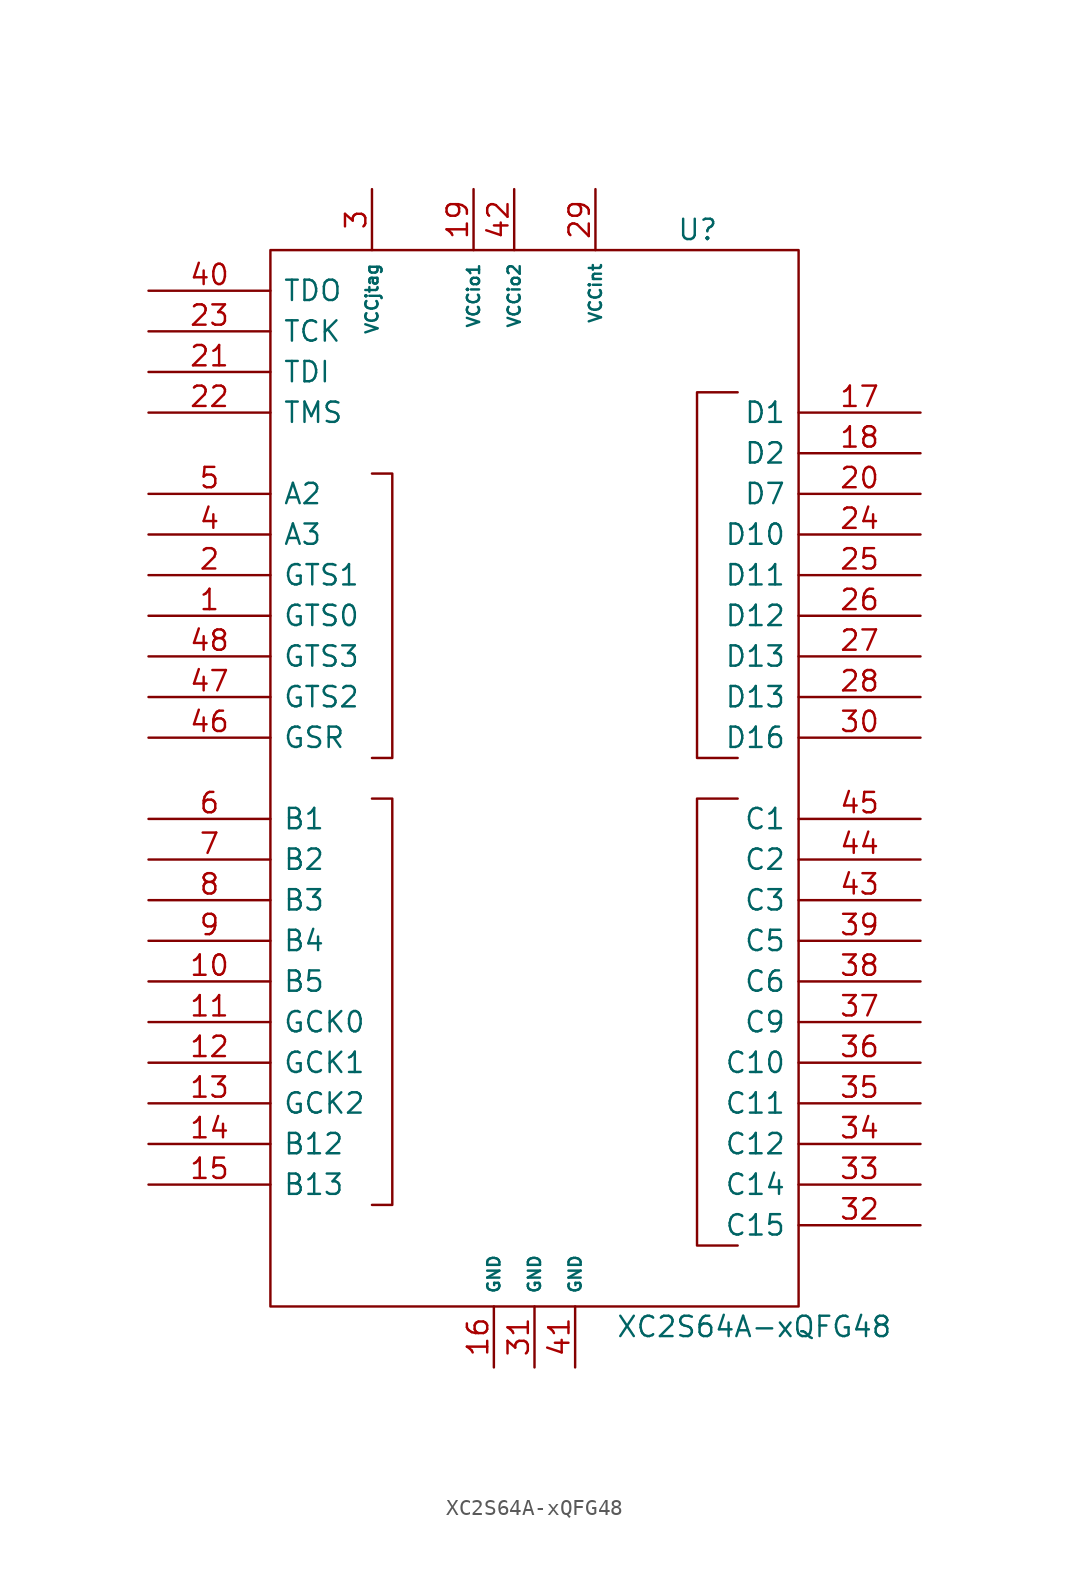
<source format=kicad_sym>
(kicad_symbol_lib
  (version 20211014)
  (generator kicad_symbol_editor)
  (symbol "XC2S64A-xQFG48"
    (pin_names
      (offset 0.762))
    (property "Reference" "U"
      (at 8.89 34.29 0)
      (effects (font (size 1.27 1.27)) (justify left)))
    (property "Value" "XC2S64A-xQFG48"
      (at 5.08 -34.29 0)
      (effects (font (size 1.27 1.27)) (justify left)))
    (symbol "XC2S64A-xQFG48_0_1"
      (rectangle (start -16.51 33.02) (end 16.51 -33.02) (stroke (width 0) (type default) (color 0 0 0 0)) (fill (type none)))
      (polyline (pts (xy -10.16 -1.27) (xy -8.89 -1.27) (xy -8.89 -26.67) (xy -10.16 -26.67) (xy -10.16 -26.67)) (stroke (width 0) (type default) (color 0 0 0 0)) (fill (type none)))
      (polyline (pts (xy 12.7 -1.27) (xy 10.16 -1.27) (xy 10.16 -29.21) (xy 12.7 -29.21) (xy 12.7 -29.21)) (stroke (width 0) (type default) (color 0 0 0 0)) (fill (type none)))
      (polyline (pts (xy 12.7 1.27) (xy 10.16 1.27) (xy 10.16 24.13) (xy 12.7 24.13) (xy 12.7 24.13)) (stroke (width 0) (type default) (color 0 0 0 0)) (fill (type none)))
      (polyline (pts (xy -10.16 19.05) (xy -8.89 19.05) (xy -8.89 1.27) (xy -10.16 1.27) (xy -10.16 1.27) (xy -10.16 1.27)) (stroke (width 0) (type default) (color 0 0 0 0)) (fill (type none))))
    (symbol "XC2S64A-xQFG48_1_1"
      (pin bidirectional line (at -24.13 10.16 0) (length 7.62) (name "GTS0" (effects (font (size 1.27 1.27)))) (number "1" (effects (font (size 1.27 1.27)))))
      (pin bidirectional line (at -24.13 -12.7 0) (length 7.62) (name "B5" (effects (font (size 1.27 1.27)))) (number "10" (effects (font (size 1.27 1.27)))))
      (pin passive line (at -24.13 -15.24 0) (length 7.62) (name "GCK0" (effects (font (size 1.27 1.27)))) (number "11" (effects (font (size 1.27 1.27)))))
      (pin bidirectional line (at -24.13 -17.78 0) (length 7.62) (name "GCK1" (effects (font (size 1.27 1.27)))) (number "12" (effects (font (size 1.27 1.27)))))
      (pin bidirectional line (at -24.13 -20.32 0) (length 7.62) (name "GCK2" (effects (font (size 1.27 1.27)))) (number "13" (effects (font (size 1.27 1.27)))))
      (pin bidirectional line (at -24.13 -22.86 0) (length 7.62) (name "B12" (effects (font (size 1.27 1.27)))) (number "14" (effects (font (size 1.27 1.27)))))
      (pin bidirectional line (at -24.13 -25.4 0) (length 7.62) (name "B13" (effects (font (size 1.27 1.27)))) (number "15" (effects (font (size 1.27 1.27)))))
      (pin power_in line (at -2.54 -36.83 90) (length 3.81) (name "GND" (effects (font (size 0.762 0.762)))) (number "16" (effects (font (size 1.27 1.27)))))
      (pin bidirectional line (at 24.13 22.86 180) (length 7.62) (name "D1" (effects (font (size 1.27 1.27)))) (number "17" (effects (font (size 1.27 1.27)))))
      (pin bidirectional line (at 24.13 20.32 180) (length 7.62) (name "D2" (effects (font (size 1.27 1.27)))) (number "18" (effects (font (size 1.27 1.27)))))
      (pin power_in line (at -3.81 36.83 270) (length 3.81) (name "VCCio1" (effects (font (size 0.762 0.762)))) (number "19" (effects (font (size 1.27 1.27)))))
      (pin bidirectional line (at -24.13 12.7 0) (length 7.62) (name "GTS1" (effects (font (size 1.27 1.27)))) (number "2" (effects (font (size 1.27 1.27)))))
      (pin bidirectional line (at 24.13 17.78 180) (length 7.62) (name "D7" (effects (font (size 1.27 1.27)))) (number "20" (effects (font (size 1.27 1.27)))))
      (pin input line (at -24.13 25.4 0) (length 7.62) (name "TDI" (effects (font (size 1.27 1.27)))) (number "21" (effects (font (size 1.27 1.27)))))
      (pin input line (at -24.13 22.86 0) (length 7.62) (name "TMS" (effects (font (size 1.27 1.27)))) (number "22" (effects (font (size 1.27 1.27)))))
      (pin input line (at -24.13 27.94 0) (length 7.62) (name "TCK" (effects (font (size 1.27 1.27)))) (number "23" (effects (font (size 1.27 1.27)))))
      (pin bidirectional line (at 24.13 15.24 180) (length 7.62) (name "D10" (effects (font (size 1.27 1.27)))) (number "24" (effects (font (size 1.27 1.27)))))
      (pin bidirectional line (at 24.13 12.7 180) (length 7.62) (name "D11" (effects (font (size 1.27 1.27)))) (number "25" (effects (font (size 1.27 1.27)))))
      (pin bidirectional line (at 24.13 10.16 180) (length 7.62) (name "D12" (effects (font (size 1.27 1.27)))) (number "26" (effects (font (size 1.27 1.27)))))
      (pin bidirectional line (at 24.13 7.62 180) (length 7.62) (name "D13" (effects (font (size 1.27 1.27)))) (number "27" (effects (font (size 1.27 1.27)))))
      (pin bidirectional line (at 24.13 5.08 180) (length 7.62) (name "D13" (effects (font (size 1.27 1.27)))) (number "28" (effects (font (size 1.27 1.27)))))
      (pin power_in line (at 3.81 36.83 270) (length 3.81) (name "VCCint" (effects (font (size 0.762 0.762)))) (number "29" (effects (font (size 1.27 1.27)))))
      (pin power_in line (at -10.16 36.83 270) (length 3.81) (name "VCCjtag" (effects (font (size 0.762 0.762)))) (number "3" (effects (font (size 1.27 1.27)))))
      (pin bidirectional line (at 24.13 2.54 180) (length 7.62) (name "D16" (effects (font (size 1.27 1.27)))) (number "30" (effects (font (size 1.27 1.27)))))
      (pin power_in line (at 0 -36.83 90) (length 3.81) (name "GND" (effects (font (size 0.762 0.762)))) (number "31" (effects (font (size 1.27 1.27)))))
      (pin bidirectional line (at 24.13 -27.94 180) (length 7.62) (name "C15" (effects (font (size 1.27 1.27)))) (number "32" (effects (font (size 1.27 1.27)))))
      (pin bidirectional line (at 24.13 -25.4 180) (length 7.62) (name "C14" (effects (font (size 1.27 1.27)))) (number "33" (effects (font (size 1.27 1.27)))))
      (pin bidirectional line (at 24.13 -22.86 180) (length 7.62) (name "C12" (effects (font (size 1.27 1.27)))) (number "34" (effects (font (size 1.27 1.27)))))
      (pin bidirectional line (at 24.13 -20.32 180) (length 7.62) (name "C11" (effects (font (size 1.27 1.27)))) (number "35" (effects (font (size 1.27 1.27)))))
      (pin bidirectional line (at 24.13 -17.78 180) (length 7.62) (name "C10" (effects (font (size 1.27 1.27)))) (number "36" (effects (font (size 1.27 1.27)))))
      (pin bidirectional line (at 24.13 -15.24 180) (length 7.62) (name "C9" (effects (font (size 1.27 1.27)))) (number "37" (effects (font (size 1.27 1.27)))))
      (pin bidirectional line (at 24.13 -12.7 180) (length 7.62) (name "C6" (effects (font (size 1.27 1.27)))) (number "38" (effects (font (size 1.27 1.27)))))
      (pin bidirectional line (at 24.13 -10.16 180) (length 7.62) (name "C5" (effects (font (size 1.27 1.27)))) (number "39" (effects (font (size 1.27 1.27)))))
      (pin bidirectional line (at -24.13 15.24 0) (length 7.62) (name "A3" (effects (font (size 1.27 1.27)))) (number "4" (effects (font (size 1.27 1.27)))))
      (pin output line (at -24.13 30.48 0) (length 7.62) (name "TDO" (effects (font (size 1.27 1.27)))) (number "40" (effects (font (size 1.27 1.27)))))
      (pin power_in line (at 2.54 -36.83 90) (length 3.81) (name "GND" (effects (font (size 0.762 0.762)))) (number "41" (effects (font (size 1.27 1.27)))))
      (pin power_in line (at -1.27 36.83 270) (length 3.81) (name "VCCio2" (effects (font (size 0.762 0.762)))) (number "42" (effects (font (size 1.27 1.27)))))
      (pin bidirectional line (at 24.13 -7.62 180) (length 7.62) (name "C3" (effects (font (size 1.27 1.27)))) (number "43" (effects (font (size 1.27 1.27)))))
      (pin bidirectional line (at 24.13 -5.08 180) (length 7.62) (name "C2" (effects (font (size 1.27 1.27)))) (number "44" (effects (font (size 1.27 1.27)))))
      (pin bidirectional line (at 24.13 -2.54 180) (length 7.62) (name "C1" (effects (font (size 1.27 1.27)))) (number "45" (effects (font (size 1.27 1.27)))))
      (pin bidirectional line (at -24.13 2.54 0) (length 7.62) (name "GSR" (effects (font (size 1.27 1.27)))) (number "46" (effects (font (size 1.27 1.27)))))
      (pin bidirectional line (at -24.13 5.08 0) (length 7.62) (name "GTS2" (effects (font (size 1.27 1.27)))) (number "47" (effects (font (size 1.27 1.27)))))
      (pin bidirectional line (at -24.13 7.62 0) (length 7.62) (name "GTS3" (effects (font (size 1.27 1.27)))) (number "48" (effects (font (size 1.27 1.27)))))
      (pin bidirectional line (at -24.13 17.78 0) (length 7.62) (name "A2" (effects (font (size 1.27 1.27)))) (number "5" (effects (font (size 1.27 1.27)))))
      (pin bidirectional line (at -24.13 -2.54 0) (length 7.62) (name "B1" (effects (font (size 1.27 1.27)))) (number "6" (effects (font (size 1.27 1.27)))))
      (pin bidirectional line (at -24.13 -5.08 0) (length 7.62) (name "B2" (effects (font (size 1.27 1.27)))) (number "7" (effects (font (size 1.27 1.27)))))
      (pin bidirectional line (at -24.13 -7.62 0) (length 7.62) (name "B3" (effects (font (size 1.27 1.27)))) (number "8" (effects (font (size 1.27 1.27)))))
      (pin passive line (at -24.13 -10.16 0) (length 7.62) (name "B4" (effects (font (size 1.27 1.27)))) (number "9" (effects (font (size 1.27 1.27))))))))
</source>
